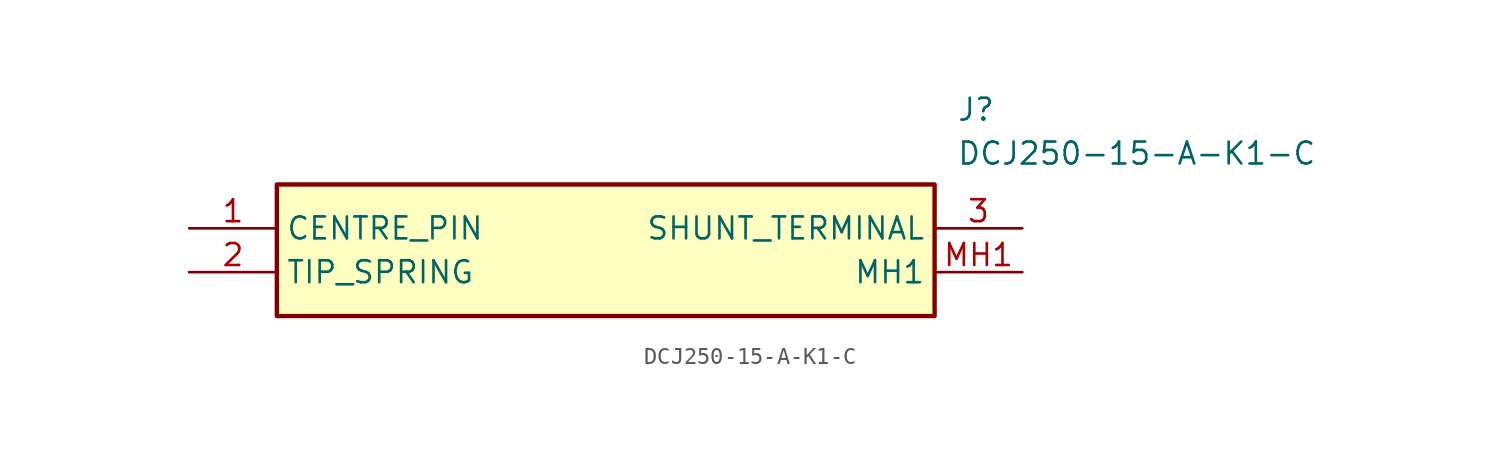
<source format=kicad_sym>
(kicad_symbol_lib
  (version 20231120)
  (generator "kicad_symbol_editor")
  (generator_version "8.0")
  (symbol "DCJ250-15-A-K1-C"
    (property "Reference" "J"
      (at 44.45 7.62 0)
      (effects (font (size 1.27 1.27)) (justify left top)))
    (property "Value" "DCJ250-15-A-K1-C"
      (at 44.45 5.08 0)
      (effects (font (size 1.27 1.27)) (justify left top)))
    (symbol "DCJ250-15-A-K1-C_1_1"
      (rectangle (start 5.08 2.54) (end 43.18 -5.08) (stroke (width 0.254) (type default)) (fill (type background)))
      (pin passive line (at 0 0 0) (length 5.08) (name "CENTRE_PIN" (effects (font (size 1.27 1.27)))) (number "1" (effects (font (size 1.27 1.27)))))
      (pin passive line (at 0 -2.54 0) (length 5.08) (name "TIP_SPRING" (effects (font (size 1.27 1.27)))) (number "2" (effects (font (size 1.27 1.27)))))
      (pin passive line (at 48.26 0 180) (length 5.08) (name "SHUNT_TERMINAL" (effects (font (size 1.27 1.27)))) (number "3" (effects (font (size 1.27 1.27)))))
      (pin passive line (at 48.26 -2.54 180) (length 5.08) (name "MH1" (effects (font (size 1.27 1.27)))) (number "MH1" (effects (font (size 1.27 1.27))))))))
</source>
